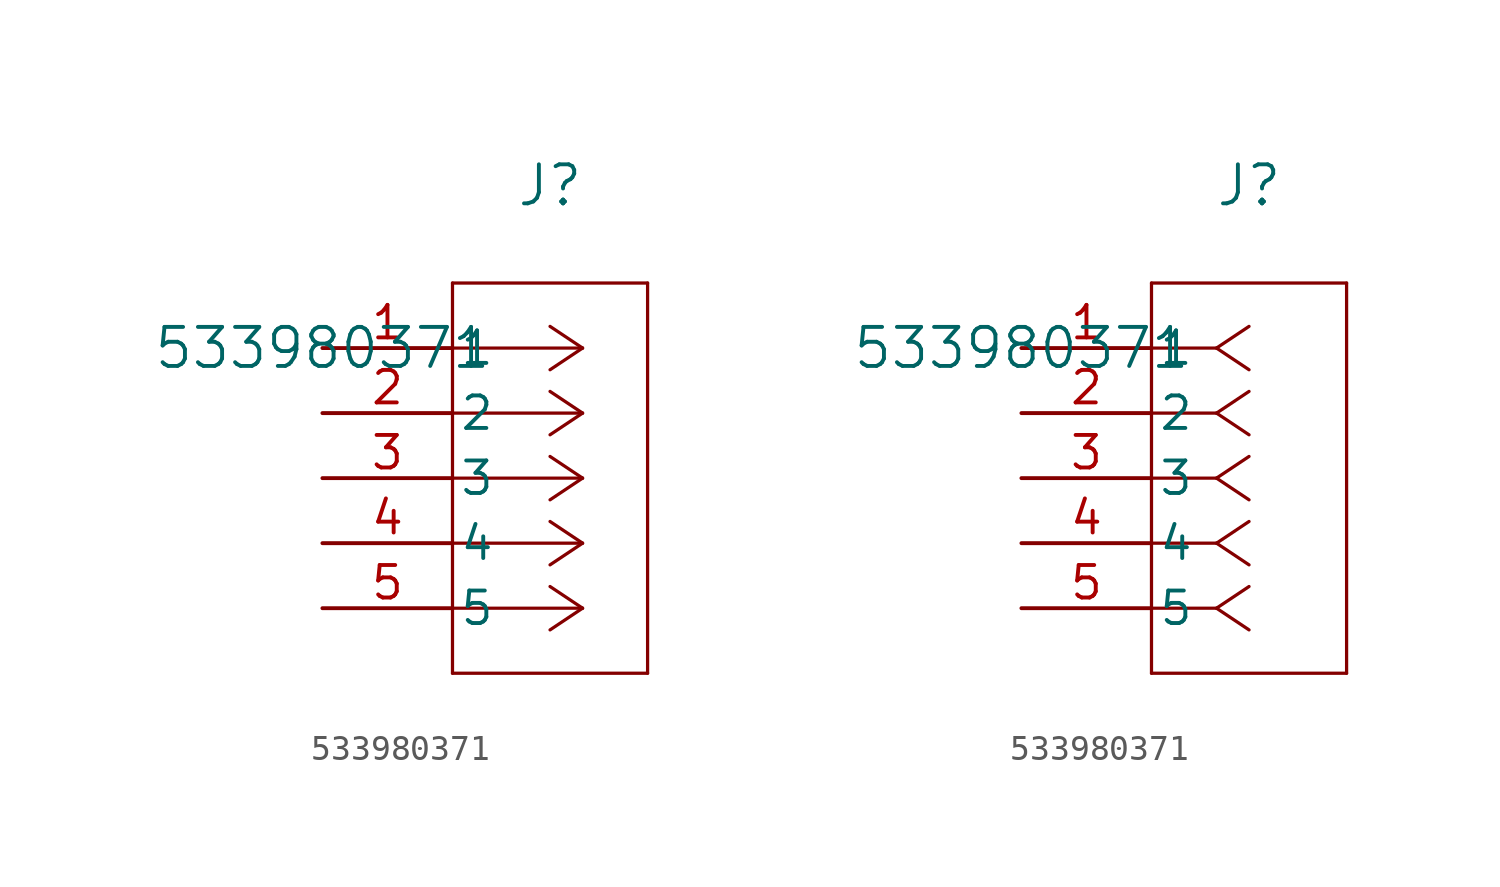
<source format=kicad_sym>
(kicad_symbol_lib
  (version 20211014)
  (generator kicad_symbol_editor)
  (symbol "533980371"
    (pin_names
      (offset 0.254))
    (property "Reference" "J"
      (at 8.89 6.35 0)
      (effects (font (size 1.524 1.524))))
    (property "Value" "533980371"
      (at 0 0 0)
      (effects (font (size 1.524 1.524))))
    (symbol "533980371_1_1"
      (polyline (pts (xy 10.16 0) (xy 5.08 0)) (stroke (width 0.127) (type default) (color 0 0 0 0)) (fill (type none)))
      (polyline (pts (xy 10.16 -2.54) (xy 5.08 -2.54)) (stroke (width 0.127) (type default) (color 0 0 0 0)) (fill (type none)))
      (polyline (pts (xy 10.16 -5.08) (xy 5.08 -5.08)) (stroke (width 0.127) (type default) (color 0 0 0 0)) (fill (type none)))
      (polyline (pts (xy 10.16 -7.62) (xy 5.08 -7.62)) (stroke (width 0.127) (type default) (color 0 0 0 0)) (fill (type none)))
      (polyline (pts (xy 10.16 -10.16) (xy 5.08 -10.16)) (stroke (width 0.127) (type default) (color 0 0 0 0)) (fill (type none)))
      (polyline (pts (xy 10.16 0) (xy 8.89 0.847)) (stroke (width 0.127) (type default) (color 0 0 0 0)) (fill (type none)))
      (polyline (pts (xy 10.16 -2.54) (xy 8.89 -1.693)) (stroke (width 0.127) (type default) (color 0 0 0 0)) (fill (type none)))
      (polyline (pts (xy 10.16 -5.08) (xy 8.89 -4.233)) (stroke (width 0.127) (type default) (color 0 0 0 0)) (fill (type none)))
      (polyline (pts (xy 10.16 -7.62) (xy 8.89 -6.773)) (stroke (width 0.127) (type default) (color 0 0 0 0)) (fill (type none)))
      (polyline (pts (xy 10.16 -10.16) (xy 8.89 -9.313)) (stroke (width 0.127) (type default) (color 0 0 0 0)) (fill (type none)))
      (polyline (pts (xy 10.16 0) (xy 8.89 -0.847)) (stroke (width 0.127) (type default) (color 0 0 0 0)) (fill (type none)))
      (polyline (pts (xy 10.16 -2.54) (xy 8.89 -3.387)) (stroke (width 0.127) (type default) (color 0 0 0 0)) (fill (type none)))
      (polyline (pts (xy 10.16 -5.08) (xy 8.89 -5.927)) (stroke (width 0.127) (type default) (color 0 0 0 0)) (fill (type none)))
      (polyline (pts (xy 10.16 -7.62) (xy 8.89 -8.467)) (stroke (width 0.127) (type default) (color 0 0 0 0)) (fill (type none)))
      (polyline (pts (xy 10.16 -10.16) (xy 8.89 -11.007)) (stroke (width 0.127) (type default) (color 0 0 0 0)) (fill (type none)))
      (polyline (pts (xy 5.08 2.54) (xy 5.08 -12.7)) (stroke (width 0.127) (type default) (color 0 0 0 0)) (fill (type none)))
      (polyline (pts (xy 5.08 -12.7) (xy 12.7 -12.7)) (stroke (width 0.127) (type default) (color 0 0 0 0)) (fill (type none)))
      (polyline (pts (xy 12.7 -12.7) (xy 12.7 2.54)) (stroke (width 0.127) (type default) (color 0 0 0 0)) (fill (type none)))
      (polyline (pts (xy 12.7 2.54) (xy 5.08 2.54)) (stroke (width 0.127) (type default) (color 0 0 0 0)) (fill (type none)))
      (pin unspecified line (at 0 0 0) (length 5.08) (name "1" (effects (font (size 1.27 1.27)))) (number "1" (effects (font (size 1.27 1.27)))))
      (pin unspecified line (at 0 -2.54 0) (length 5.08) (name "2" (effects (font (size 1.27 1.27)))) (number "2" (effects (font (size 1.27 1.27)))))
      (pin unspecified line (at 0 -5.08 0) (length 5.08) (name "3" (effects (font (size 1.27 1.27)))) (number "3" (effects (font (size 1.27 1.27)))))
      (pin unspecified line (at 0 -7.62 0) (length 5.08) (name "4" (effects (font (size 1.27 1.27)))) (number "4" (effects (font (size 1.27 1.27)))))
      (pin unspecified line (at 0 -10.16 0) (length 5.08) (name "5" (effects (font (size 1.27 1.27)))) (number "5" (effects (font (size 1.27 1.27))))))
    (symbol "533980371_1_2"
      (polyline (pts (xy 7.62 0) (xy 5.08 0)) (stroke (width 0.127) (type default) (color 0 0 0 0)) (fill (type none)))
      (polyline (pts (xy 7.62 -2.54) (xy 5.08 -2.54)) (stroke (width 0.127) (type default) (color 0 0 0 0)) (fill (type none)))
      (polyline (pts (xy 7.62 -5.08) (xy 5.08 -5.08)) (stroke (width 0.127) (type default) (color 0 0 0 0)) (fill (type none)))
      (polyline (pts (xy 7.62 -7.62) (xy 5.08 -7.62)) (stroke (width 0.127) (type default) (color 0 0 0 0)) (fill (type none)))
      (polyline (pts (xy 7.62 -10.16) (xy 5.08 -10.16)) (stroke (width 0.127) (type default) (color 0 0 0 0)) (fill (type none)))
      (polyline (pts (xy 7.62 0) (xy 8.89 0.847)) (stroke (width 0.127) (type default) (color 0 0 0 0)) (fill (type none)))
      (polyline (pts (xy 7.62 -2.54) (xy 8.89 -1.693)) (stroke (width 0.127) (type default) (color 0 0 0 0)) (fill (type none)))
      (polyline (pts (xy 7.62 -5.08) (xy 8.89 -4.233)) (stroke (width 0.127) (type default) (color 0 0 0 0)) (fill (type none)))
      (polyline (pts (xy 7.62 -7.62) (xy 8.89 -6.773)) (stroke (width 0.127) (type default) (color 0 0 0 0)) (fill (type none)))
      (polyline (pts (xy 7.62 -10.16) (xy 8.89 -9.313)) (stroke (width 0.127) (type default) (color 0 0 0 0)) (fill (type none)))
      (polyline (pts (xy 7.62 0) (xy 8.89 -0.847)) (stroke (width 0.127) (type default) (color 0 0 0 0)) (fill (type none)))
      (polyline (pts (xy 7.62 -2.54) (xy 8.89 -3.387)) (stroke (width 0.127) (type default) (color 0 0 0 0)) (fill (type none)))
      (polyline (pts (xy 7.62 -5.08) (xy 8.89 -5.927)) (stroke (width 0.127) (type default) (color 0 0 0 0)) (fill (type none)))
      (polyline (pts (xy 7.62 -7.62) (xy 8.89 -8.467)) (stroke (width 0.127) (type default) (color 0 0 0 0)) (fill (type none)))
      (polyline (pts (xy 7.62 -10.16) (xy 8.89 -11.007)) (stroke (width 0.127) (type default) (color 0 0 0 0)) (fill (type none)))
      (polyline (pts (xy 5.08 2.54) (xy 5.08 -12.7)) (stroke (width 0.127) (type default) (color 0 0 0 0)) (fill (type none)))
      (polyline (pts (xy 5.08 -12.7) (xy 12.7 -12.7)) (stroke (width 0.127) (type default) (color 0 0 0 0)) (fill (type none)))
      (polyline (pts (xy 12.7 -12.7) (xy 12.7 2.54)) (stroke (width 0.127) (type default) (color 0 0 0 0)) (fill (type none)))
      (polyline (pts (xy 12.7 2.54) (xy 5.08 2.54)) (stroke (width 0.127) (type default) (color 0 0 0 0)) (fill (type none)))
      (pin unspecified line (at 0 0 0) (length 5.08) (name "1" (effects (font (size 1.27 1.27)))) (number "1" (effects (font (size 1.27 1.27)))))
      (pin unspecified line (at 0 -2.54 0) (length 5.08) (name "2" (effects (font (size 1.27 1.27)))) (number "2" (effects (font (size 1.27 1.27)))))
      (pin unspecified line (at 0 -5.08 0) (length 5.08) (name "3" (effects (font (size 1.27 1.27)))) (number "3" (effects (font (size 1.27 1.27)))))
      (pin unspecified line (at 0 -7.62 0) (length 5.08) (name "4" (effects (font (size 1.27 1.27)))) (number "4" (effects (font (size 1.27 1.27)))))
      (pin unspecified line (at 0 -10.16 0) (length 5.08) (name "5" (effects (font (size 1.27 1.27)))) (number "5" (effects (font (size 1.27 1.27))))))))
</source>
